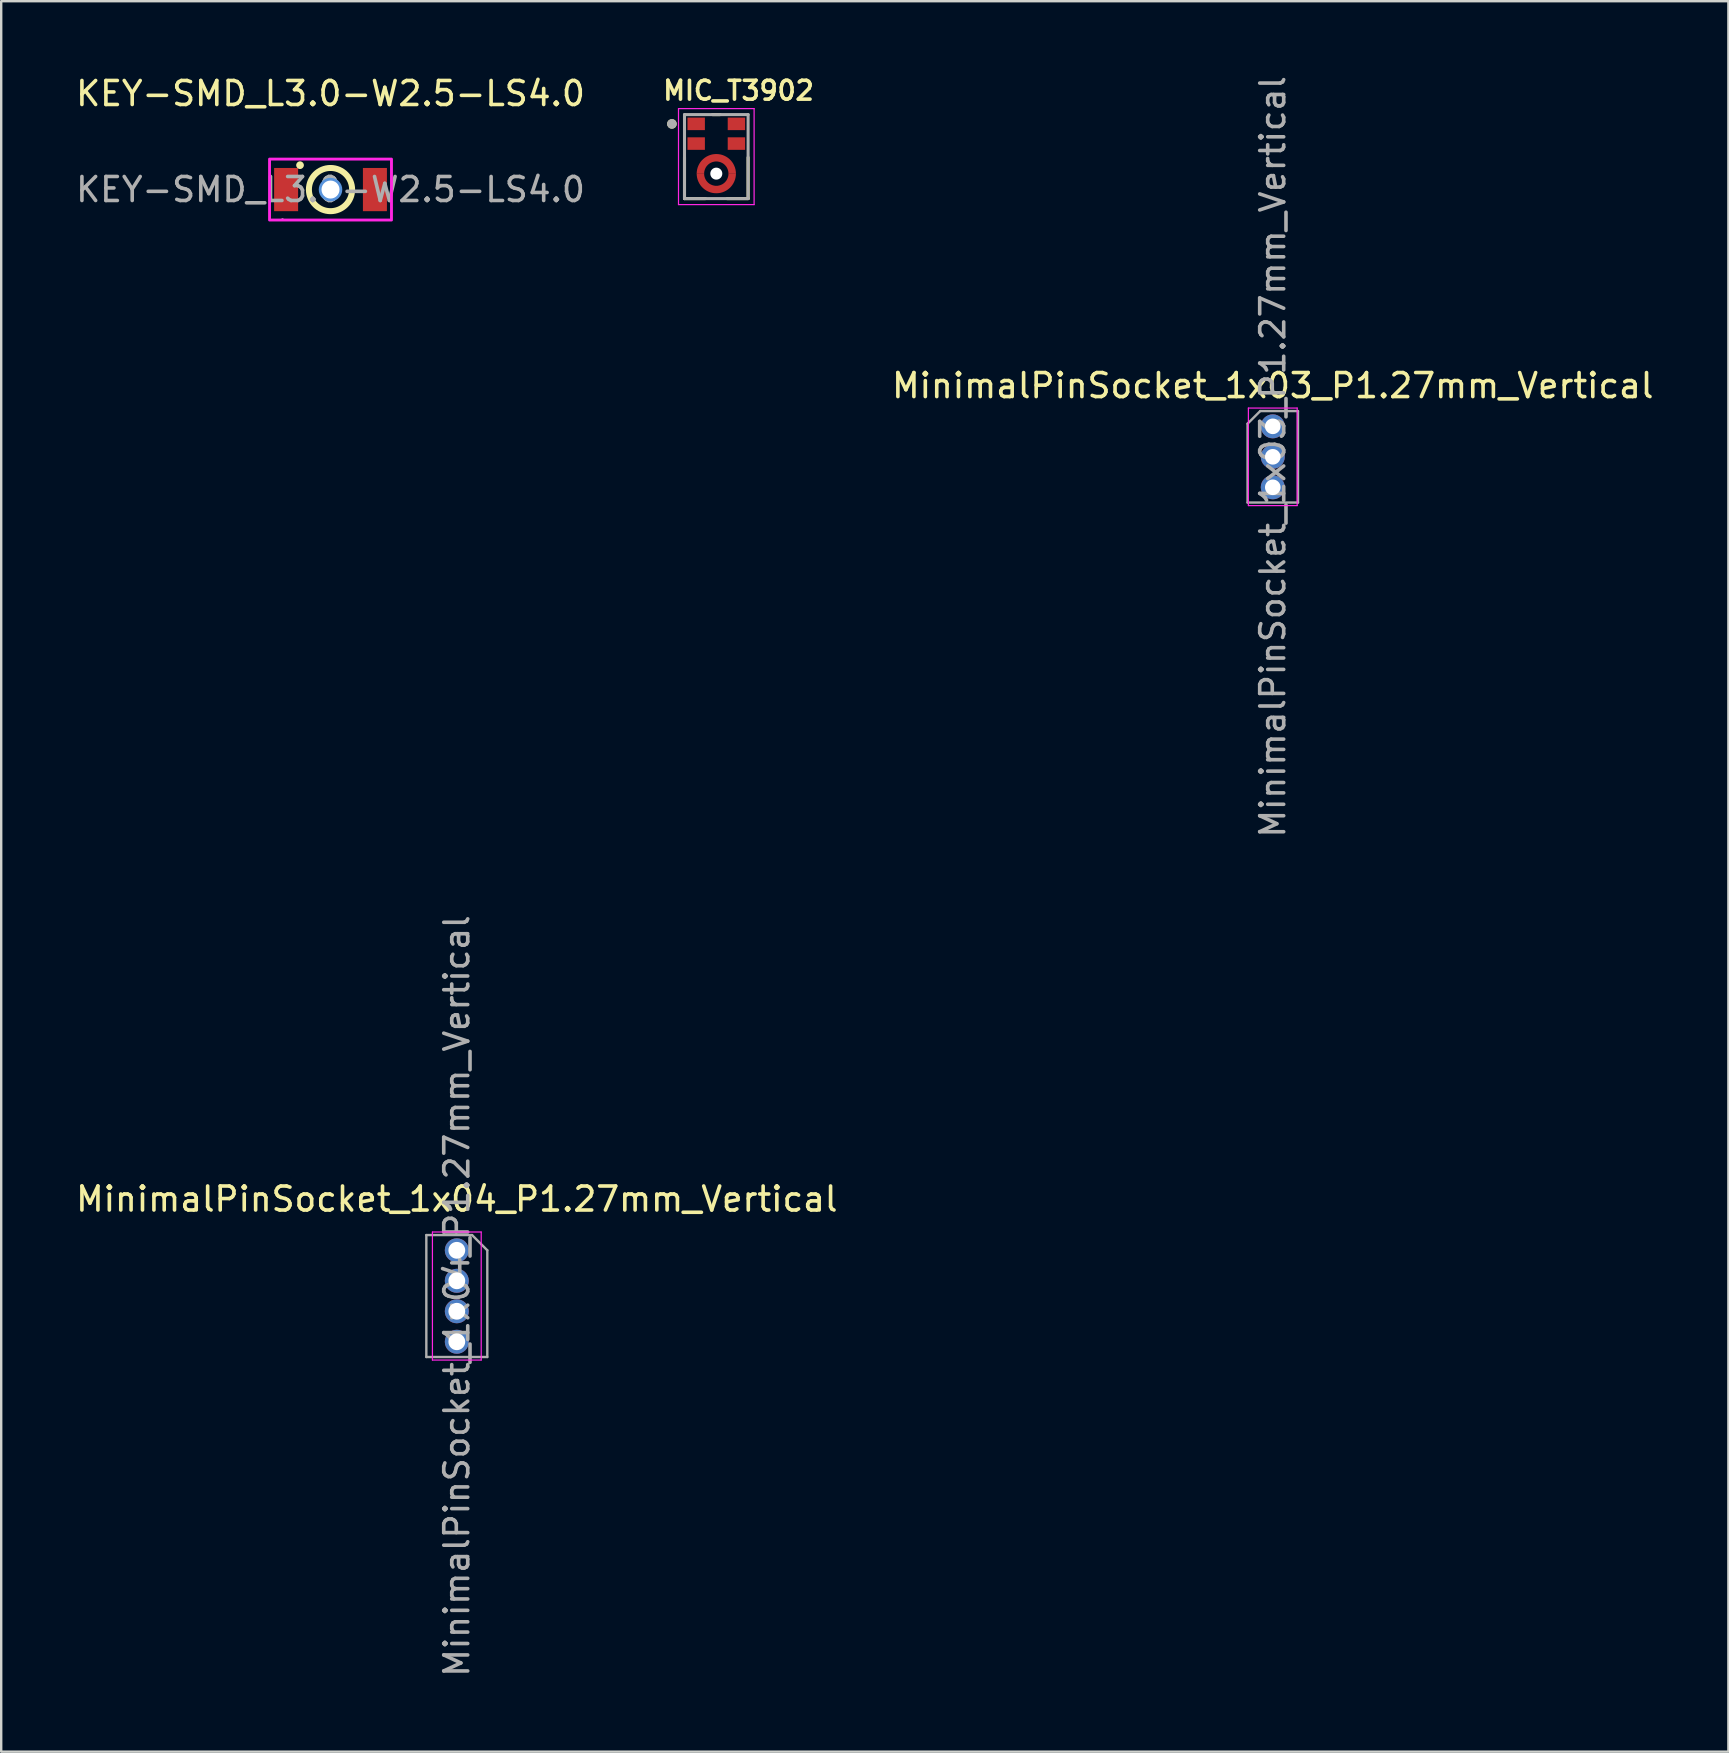
<source format=kicad_pcb>
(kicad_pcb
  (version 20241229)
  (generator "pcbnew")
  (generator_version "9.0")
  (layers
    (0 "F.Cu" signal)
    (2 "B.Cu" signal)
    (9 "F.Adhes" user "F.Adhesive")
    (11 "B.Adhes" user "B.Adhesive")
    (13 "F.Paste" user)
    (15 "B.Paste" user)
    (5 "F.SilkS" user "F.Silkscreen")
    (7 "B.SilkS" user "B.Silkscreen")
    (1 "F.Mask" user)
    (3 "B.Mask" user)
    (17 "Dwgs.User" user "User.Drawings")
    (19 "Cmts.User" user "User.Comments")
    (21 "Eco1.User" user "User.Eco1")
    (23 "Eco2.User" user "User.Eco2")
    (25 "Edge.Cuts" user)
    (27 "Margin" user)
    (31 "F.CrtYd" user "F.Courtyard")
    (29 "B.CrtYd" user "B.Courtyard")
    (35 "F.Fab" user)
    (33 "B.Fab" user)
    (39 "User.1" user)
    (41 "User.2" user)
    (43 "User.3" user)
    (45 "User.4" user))
  (footprint "MinimalPinSocket_1x04_P1.27mm_Vertical"
    (layer "F.Cu")
    (at 15.982 49.041)
    (property "Reference" "MinimalPinSocket_1x04_P1.27mm_Vertical" (at 0 -2.135 0) (layer "F.SilkS") (effects (font (size 1 1) (thickness 0.15))))
    (attr through_hole)
    (fp_line (start -1.016 -0.762) (end -1.016 4.572) (stroke (width 0.05) (type solid)) (layer "F.CrtYd"))
    (fp_line (start -1.016 4.572) (end 1.016 4.572) (stroke (width 0.05) (type solid)) (layer "F.CrtYd"))
    (fp_line (start 1.016 -0.762) (end -1.016 -0.762) (stroke (width 0.05) (type solid)) (layer "F.CrtYd"))
    (fp_line (start 1.016 -0.762) (end 1.016 4.572) (stroke (width 0.05) (type solid)) (layer "F.CrtYd"))
    (fp_line (start -1.27 -0.635) (end 0.635 -0.635) (stroke (width 0.1) (type solid)) (layer "F.Fab"))
    (fp_line (start -1.27 4.445) (end -1.27 -0.635) (stroke (width 0.1) (type solid)) (layer "F.Fab"))
    (fp_line (start 0.635 -0.635) (end 1.27 0) (stroke (width 0.1) (type solid)) (layer "F.Fab"))
    (fp_line (start 1.27 0) (end 1.27 4.445) (stroke (width 0.1) (type solid)) (layer "F.Fab"))
    (fp_line (start 1.27 4.445) (end -1.27 4.445) (stroke (width 0.1) (type solid)) (layer "F.Fab"))
    (fp_text user "${REFERENCE}" (at 0 1.905 90) (layer "F.Fab") (effects (font (size 1 1) (thickness 0.15))))
    (pad "1" thru_hole circle (at 0 0) (size 1 1) (drill 0.7) (layers "*.Cu" "*.Mask"))
    (pad "2" thru_hole oval (at 0 1.27) (size 1 1) (drill 0.7) (layers "*.Cu" "*.Mask"))
    (pad "3" thru_hole oval (at 0 2.54) (size 1 1) (drill 0.7) (layers "*.Cu" "*.Mask"))
    (pad "4" thru_hole oval (at 0 3.81) (size 1 1) (drill 0.7) (layers "*.Cu" "*.Mask")))
  (footprint "MIC_T3902"
    (layer "F.Cu")
    (at 26.793 3.474)
    (property "Reference" "MIC_T3902" (at 0.925 -2.75 0) (layer "F.SilkS") (effects (font (size 0.787 0.787) (thickness 0.15))))
    (attr smd)
    (fp_circle (center 0 0.71) (end 0.431 0.71) (stroke (width 0.863) (type solid)) (fill no) (layer "F.Mask"))
    (fp_poly (pts (xy -1.25 -1.675) (xy -0.425 -1.675) (xy -0.425 -1.053) (xy -1.25 -1.053)) (stroke (width 0.01) (type solid)) (fill yes) (layer "F.Mask"))
    (fp_poly (pts (xy -1.25 -0.853) (xy -0.425 -0.853) (xy -0.425 -0.231) (xy -1.25 -0.231)) (stroke (width 0.01) (type solid)) (fill yes) (layer "F.Mask"))
    (fp_poly (pts (xy 0.425 -1.675) (xy 1.25 -1.675) (xy 1.25 -1.053) (xy 0.425 -1.053)) (stroke (width 0.01) (type solid)) (fill yes) (layer "F.Mask"))
    (fp_poly (pts (xy 0.425 -0.853) (xy 1.25 -0.853) (xy 1.25 -0.231) (xy 0.425 -0.231)) (stroke (width 0.01) (type solid)) (fill yes) (layer "F.Mask"))
    (fp_line (start -1.325 0.035) (end -1.325 1.75) (stroke (width 0.127) (type solid)) (layer "F.SilkS"))
    (fp_line (start -0.45 1.75) (end -1.325 1.75) (stroke (width 0.127) (type solid)) (layer "F.SilkS"))
    (fp_line (start -0.16 -1.75) (end 0.16 -1.75) (stroke (width 0.127) (type solid)) (layer "F.SilkS"))
    (fp_line (start 1.325 0.035) (end 1.325 1.75) (stroke (width 0.127) (type solid)) (layer "F.SilkS"))
    (fp_line (start 1.325 1.75) (end 0.45 1.75) (stroke (width 0.127) (type solid)) (layer "F.SilkS"))
    (fp_circle (center -1.85 -1.362) (end -1.75 -1.362) (stroke (width 0.2) (type solid)) (fill no) (layer "F.SilkS"))
    (fp_poly (pts (xy -1.15 -1.575) (xy -0.525 -1.575) (xy -0.525 -1.153) (xy -1.15 -1.153)) (stroke (width 0.01) (type solid)) (fill yes) (layer "F.Paste"))
    (fp_poly (pts (xy -1.15 -0.753) (xy -0.525 -0.753) (xy -0.525 -0.331) (xy -1.15 -0.331)) (stroke (width 0.01) (type solid)) (fill yes) (layer "F.Paste"))
    (fp_poly (pts (xy 0.525 -1.575) (xy 1.15 -1.575) (xy 1.15 -1.153) (xy 0.525 -1.153)) (stroke (width 0.01) (type solid)) (fill yes) (layer "F.Paste"))
    (fp_poly (pts (xy 0.525 -0.753) (xy 1.15 -0.753) (xy 1.15 -0.331) (xy 0.525 -0.331)) (stroke (width 0.01) (type solid)) (fill yes) (layer "F.Paste"))
    (fp_poly (pts (xy -0.56 0.76) (xy -0.811 0.76) (xy -0.807 0.805) (xy -0.801 0.844) (xy -0.794 0.882) (xy -0.785 0.919) (xy -0.774 0.957) (xy -0.762 0.993) (xy -0.747 1.029) (xy -0.731 1.064) (xy -0.713 1.099) (xy -0.694 1.133) (xy -0.673 1.165) (xy -0.651 1.197) (xy -0.627 1.227) (xy -0.601 1.256) (xy -0.575 1.285) (xy -0.546 1.311) (xy -0.517 1.337) (xy -0.487 1.361) (xy -0.455 1.383) (xy -0.423 1.404) (xy -0.389 1.423) (xy -0.354 1.441) (xy -0.319 1.457) (xy -0.283 1.472) (xy -0.247 1.484) (xy -0.209 1.495) (xy -0.172 1.504) (xy -0.134 1.511) (xy -0.095 1.517) (xy -0.05 1.521) (xy -0.05 1.27) (xy -0.075 1.267) (xy -0.101 1.263) (xy -0.127 1.258) (xy -0.152 1.252) (xy -0.177 1.244) (xy -0.202 1.235) (xy -0.226 1.225) (xy -0.25 1.214) (xy -0.273 1.202) (xy -0.295 1.189) (xy -0.317 1.174) (xy -0.339 1.159) (xy -0.359 1.143) (xy -0.379 1.126) (xy -0.398 1.108) (xy -0.416 1.089) (xy -0.433 1.069) (xy -0.449 1.049) (xy -0.464 1.027) (xy -0.479 1.005) (xy -0.492 0.983) (xy -0.504 0.96) (xy -0.515 0.936) (xy -0.525 0.912) (xy -0.534 0.887) (xy -0.542 0.862) (xy -0.548 0.837) (xy -0.553 0.811) (xy -0.557 0.785) (xy -0.56 0.76) (xy -0.56 0.76)) (stroke (width 0.01) (type solid)) (fill yes) (layer "F.Paste"))
    (fp_poly (pts (xy -0.05 0.15) (xy -0.05 -0.101) (xy -0.095 -0.097) (xy -0.134 -0.091) (xy -0.172 -0.084) (xy -0.209 -0.075) (xy -0.247 -0.064) (xy -0.283 -0.052) (xy -0.319 -0.037) (xy -0.354 -0.021) (xy -0.389 -0.003) (xy -0.423 0.016) (xy -0.455 0.037) (xy -0.487 0.059) (xy -0.517 0.083) (xy -0.546 0.109) (xy -0.575 0.135) (xy -0.601 0.164) (xy -0.627 0.193) (xy -0.651 0.223) (xy -0.673 0.255) (xy -0.694 0.287) (xy -0.713 0.321) (xy -0.731 0.356) (xy -0.747 0.391) (xy -0.762 0.427) (xy -0.774 0.463) (xy -0.785 0.501) (xy -0.794 0.538) (xy -0.801 0.576) (xy -0.807 0.615) (xy -0.811 0.66) (xy -0.56 0.66) (xy -0.557 0.635) (xy -0.553 0.609) (xy -0.548 0.583) (xy -0.542 0.558) (xy -0.534 0.533) (xy -0.525 0.508) (xy -0.515 0.484) (xy -0.504 0.46) (xy -0.492 0.437) (xy -0.479 0.415) (xy -0.464 0.393) (xy -0.449 0.371) (xy -0.433 0.351) (xy -0.416 0.331) (xy -0.398 0.312) (xy -0.379 0.294) (xy -0.359 0.277) (xy -0.339 0.261) (xy -0.317 0.246) (xy -0.295 0.231) (xy -0.273 0.218) (xy -0.25 0.206) (xy -0.226 0.195) (xy -0.202 0.185) (xy -0.177 0.176) (xy -0.152 0.168) (xy -0.127 0.162) (xy -0.101 0.157) (xy -0.075 0.153) (xy -0.05 0.15) (xy -0.05 0.15)) (stroke (width 0.01) (type solid)) (fill yes) (layer "F.Paste"))
    (fp_poly (pts (xy 0.05 -0.101) (xy 0.05 0.15) (xy 0.075 0.153) (xy 0.101 0.157) (xy 0.127 0.162) (xy 0.152 0.168) (xy 0.177 0.176) (xy 0.202 0.185) (xy 0.226 0.195) (xy 0.25 0.206) (xy 0.273 0.218) (xy 0.295 0.231) (xy 0.317 0.246) (xy 0.339 0.261) (xy 0.359 0.277) (xy 0.379 0.294) (xy 0.398 0.312) (xy 0.416 0.331) (xy 0.433 0.351) (xy 0.449 0.371) (xy 0.464 0.393) (xy 0.479 0.415) (xy 0.492 0.437) (xy 0.504 0.46) (xy 0.515 0.484) (xy 0.525 0.508) (xy 0.534 0.533) (xy 0.542 0.558) (xy 0.548 0.583) (xy 0.553 0.609) (xy 0.557 0.635) (xy 0.56 0.66) (xy 0.811 0.66) (xy 0.807 0.615) (xy 0.801 0.576) (xy 0.794 0.538) (xy 0.785 0.501) (xy 0.774 0.463) (xy 0.762 0.427) (xy 0.747 0.391) (xy 0.731 0.356) (xy 0.713 0.321) (xy 0.694 0.287) (xy 0.673 0.255) (xy 0.651 0.223) (xy 0.627 0.193) (xy 0.601 0.164) (xy 0.575 0.135) (xy 0.546 0.109) (xy 0.517 0.083) (xy 0.487 0.059) (xy 0.455 0.037) (xy 0.423 0.016) (xy 0.389 -0.003) (xy 0.354 -0.021) (xy 0.319 -0.037) (xy 0.283 -0.052) (xy 0.247 -0.064) (xy 0.209 -0.075) (xy 0.172 -0.084) (xy 0.134 -0.091) (xy 0.095 -0.097) (xy 0.05 -0.101) (xy 0.05 -0.101)) (stroke (width 0.01) (type solid)) (fill yes) (layer "F.Paste"))
    (fp_poly (pts (xy 0.811 0.76) (xy 0.56 0.76) (xy 0.557 0.785) (xy 0.553 0.811) (xy 0.548 0.837) (xy 0.542 0.862) (xy 0.534 0.887) (xy 0.525 0.912) (xy 0.515 0.936) (xy 0.504 0.96) (xy 0.492 0.983) (xy 0.479 1.005) (xy 0.464 1.027) (xy 0.449 1.049) (xy 0.433 1.069) (xy 0.416 1.089) (xy 0.398 1.108) (xy 0.379 1.126) (xy 0.359 1.143) (xy 0.339 1.159) (xy 0.317 1.174) (xy 0.295 1.189) (xy 0.273 1.202) (xy 0.25 1.214) (xy 0.226 1.225) (xy 0.202 1.235) (xy 0.177 1.244) (xy 0.152 1.252) (xy 0.127 1.258) (xy 0.101 1.263) (xy 0.075 1.267) (xy 0.05 1.27) (xy 0.05 1.521) (xy 0.095 1.517) (xy 0.134 1.511) (xy 0.172 1.504) (xy 0.209 1.495) (xy 0.247 1.484) (xy 0.283 1.472) (xy 0.319 1.457) (xy 0.354 1.441) (xy 0.389 1.423) (xy 0.423 1.404) (xy 0.455 1.383) (xy 0.487 1.361) (xy 0.517 1.337) (xy 0.546 1.311) (xy 0.575 1.285) (xy 0.601 1.256) (xy 0.627 1.227) (xy 0.651 1.197) (xy 0.673 1.165) (xy 0.694 1.133) (xy 0.713 1.099) (xy 0.731 1.064) (xy 0.747 1.029) (xy 0.762 0.993) (xy 0.774 0.957) (xy 0.785 0.919) (xy 0.794 0.882) (xy 0.801 0.844) (xy 0.807 0.805) (xy 0.811 0.76) (xy 0.811 0.76)) (stroke (width 0.01) (type solid)) (fill yes) (layer "F.Paste"))
    (fp_line (start -1.575 -2) (end 1.575 -2) (stroke (width 0.05) (type solid)) (layer "F.CrtYd"))
    (fp_line (start -1.575 2) (end -1.575 -2) (stroke (width 0.05) (type solid)) (layer "F.CrtYd"))
    (fp_line (start 1.575 -2) (end 1.575 2) (stroke (width 0.05) (type solid)) (layer "F.CrtYd"))
    (fp_line (start 1.575 2) (end -1.575 2) (stroke (width 0.05) (type solid)) (layer "F.CrtYd"))
    (fp_line (start -1.325 -1.75) (end 1.325 -1.75) (stroke (width 0.127) (type solid)) (layer "F.Fab"))
    (fp_line (start -1.325 1.75) (end -1.325 -1.75) (stroke (width 0.127) (type solid)) (layer "F.Fab"))
    (fp_line (start 1.325 -1.75) (end 1.325 1.75) (stroke (width 0.127) (type solid)) (layer "F.Fab"))
    (fp_line (start 1.325 1.75) (end -1.325 1.75) (stroke (width 0.127) (type solid)) (layer "F.Fab"))
    (fp_circle (center -1.85 -1.362) (end -1.75 -1.362) (stroke (width 0.2) (type solid)) (fill no) (layer "F.Fab"))
    (pad "" np_thru_hole circle (at 0 0.71) (size 0.5 0.5) (drill 0.5) (layers "*.Cu" "*.Mask"))
    (pad "1" smd rect (at -0.838 -1.364) (size 0.725 0.522) (layers "F.Cu"))
    (pad "2" smd rect (at -0.838 -0.542) (size 0.725 0.522) (layers "F.Cu"))
    (pad "3" smd custom (at 0 0.048) (size 0.25 0.25) (layers "F.Cu") (options (anchor rect)) (primitives (gr_poly (pts (xy -0.512 0.662) (xy -0.813 0.662) (xy -0.808 0.578) (xy -0.795 0.493) (xy -0.773 0.411) (xy -0.742 0.333) (xy -0.704 0.257) (xy -0.657 0.184) (xy -0.604 0.118) (xy -0.544 0.059) (xy -0.478 0.005) (xy -0.406 -0.042) (xy -0.33 -0.08) (xy -0.251 -0.111) (xy -0.169 -0.133) (xy -0.085 -0.145) (xy 0 -0.15) (xy 0.085 -0.145) (xy 0.169 -0.133) (xy 0.251 -0.111) (xy 0.33 -0.08) (xy 0.406 -0.042) (xy 0.478 0.005) (xy 0.544 0.059) (xy 0.604 0.118) (xy 0.657 0.184) (xy 0.704 0.257) (xy 0.742 0.333) (xy 0.773 0.411) (xy 0.795 0.493) (xy 0.808 0.578) (xy 0.813 0.662) (xy 0.512 0.662) (xy 0.51 0.609) (xy 0.501 0.555) (xy 0.487 0.504) (xy 0.468 0.455) (xy 0.444 0.406) (xy 0.415 0.361) (xy 0.381 0.32) (xy 0.343 0.281) (xy 0.301 0.247) (xy 0.256 0.218) (xy 0.208 0.195) (xy 0.158 0.175) (xy 0.107 0.162) (xy 0.054 0.152) (xy 0 0.15) (xy -0.054 0.152) (xy -0.107 0.162) (xy -0.158 0.175) (xy -0.208 0.195) (xy -0.256 0.218) (xy -0.301 0.247) (xy -0.343 0.281) (xy -0.381 0.32) (xy -0.415 0.361) (xy -0.444 0.406) (xy -0.468 0.455) (xy -0.487 0.504) (xy -0.501 0.555) (xy -0.51 0.609) (xy -0.512 0.662) (xy -0.512 0.662)) (width 0.01) (fill yes))))
    (pad "3" smd custom (at 0 1.373) (size 0.25 0.25) (layers "F.Cu") (options (anchor rect)) (primitives (gr_poly (pts (xy 0.512 -0.662) (xy 0.813 -0.662) (xy 0.808 -0.578) (xy 0.795 -0.493) (xy 0.773 -0.411) (xy 0.742 -0.333) (xy 0.704 -0.257) (xy 0.657 -0.184) (xy 0.604 -0.118) (xy 0.544 -0.059) (xy 0.478 -0.005) (xy 0.406 0.042) (xy 0.33 0.08) (xy 0.251 0.111) (xy 0.169 0.133) (xy 0.085 0.145) (xy 0 0.149) (xy -0.085 0.145) (xy -0.169 0.133) (xy -0.251 0.111) (xy -0.33 0.08) (xy -0.406 0.042) (xy -0.478 -0.005) (xy -0.544 -0.059) (xy -0.604 -0.118) (xy -0.657 -0.184) (xy -0.704 -0.257) (xy -0.742 -0.333) (xy -0.773 -0.411) (xy -0.795 -0.493) (xy -0.808 -0.578) (xy -0.813 -0.662) (xy -0.512 -0.662) (xy -0.51 -0.609) (xy -0.501 -0.555) (xy -0.487 -0.504) (xy -0.468 -0.455) (xy -0.444 -0.406) (xy -0.415 -0.361) (xy -0.381 -0.32) (xy -0.343 -0.281) (xy -0.301 -0.247) (xy -0.256 -0.218) (xy -0.208 -0.195) (xy -0.158 -0.175) (xy -0.107 -0.162) (xy -0.054 -0.152) (xy 0 -0.15) (xy 0.054 -0.152) (xy 0.107 -0.162) (xy 0.158 -0.175) (xy 0.208 -0.195) (xy 0.256 -0.218) (xy 0.301 -0.247) (xy 0.343 -0.281) (xy 0.381 -0.32) (xy 0.415 -0.361) (xy 0.444 -0.406) (xy 0.468 -0.455) (xy 0.487 -0.504) (xy 0.501 -0.555) (xy 0.51 -0.609) (xy 0.512 -0.662) (xy 0.512 -0.662)) (width 0.01) (fill yes))))
    (pad "4" smd rect (at 0.838 -0.542) (size 0.725 0.522) (layers "F.Cu"))
    (pad "5" smd rect (at 0.838 -1.364) (size 0.725 0.522) (layers "F.Cu")))
  (footprint "KEY-SMD_L3.0-W2.5-LS4.0"
    (layer "F.Cu")
    (at 10.72 4.848)
    (property "Reference" "KEY-SMD_L3.0-W2.5-LS4.0" (at 0 -4 0) (layer "F.SilkS") (effects (font (size 1 1) (thickness 0.15))))
    (attr smd)
    (fp_circle (center -1.27 -1.016) (end -1.17 -1.016) (stroke (width 0.12) (type solid)) (fill yes) (layer "F.SilkS"))
    (fp_circle (center 0 0) (end 0.9 0) (stroke (width 0.25) (type solid)) (fill no) (layer "F.SilkS"))
    (fp_circle (center 0 0) (end 0.16 0) (stroke (width 0.33) (type solid)) (fill no) (layer "Cmts.User"))
    (fp_rect (start -2.54 -1.27) (end 2.54 1.27) (stroke (width 0.12) (type default)) (fill no) (layer "F.CrtYd"))
    (fp_circle (center -2 1.25) (end -1.97 1.25) (stroke (width 0.06) (type solid)) (fill no) (layer "F.Fab"))
    (fp_text user "${REFERENCE}" (at 0 0 0) (layer "F.Fab") (effects (font (size 1 1) (thickness 0.15))))
    (pad "" np_thru_hole circle (at 0 0) (size 0.75 0.75) (drill 0.75) (layers "*.Cu" "*.Mask"))
    (pad "1" smd rect (at -1.85 0 90) (size 1.8 1) (layers "F.Cu" "F.Mask" "F.Paste"))
    (pad "2" smd rect (at 1.85 0 90) (size 1.8 1) (layers "F.Cu" "F.Mask" "F.Paste")))
  (footprint "MinimalPinSocket_1x03_P1.27mm_Vertical"
    (layer "F.Cu")
    (at 49.977 14.712)
    (property "Reference" "MinimalPinSocket_1x03_P1.27mm_Vertical" (at 0 -1.695 0) (layer "F.SilkS") (effects (font (size 1 1) (thickness 0.15))))
    (attr through_hole)
    (fp_line (start -1.016 -0.762) (end -1.016 3.302) (stroke (width 0.05) (type solid)) (layer "F.CrtYd"))
    (fp_line (start -1.016 -0.762) (end 1.016 -0.762) (stroke (width 0.05) (type solid)) (layer "F.CrtYd"))
    (fp_line (start 1.016 -0.762) (end 1.016 3.302) (stroke (width 0.05) (type solid)) (layer "F.CrtYd"))
    (fp_line (start 1.016 3.302) (end -1.016 3.302) (stroke (width 0.05) (type solid)) (layer "F.CrtYd"))
    (fp_line (start -1.05 -0.11) (end -0.525 -0.635) (stroke (width 0.1) (type solid)) (layer "F.Fab"))
    (fp_line (start -1.05 3.175) (end -1.05 -0.11) (stroke (width 0.1) (type solid)) (layer "F.Fab"))
    (fp_line (start -0.525 -0.635) (end 1.05 -0.635) (stroke (width 0.1) (type solid)) (layer "F.Fab"))
    (fp_line (start 1.05 -0.635) (end 1.05 3.175) (stroke (width 0.1) (type solid)) (layer "F.Fab"))
    (fp_line (start 1.05 3.175) (end -1.05 3.175) (stroke (width 0.1) (type solid)) (layer "F.Fab"))
    (fp_text user "${REFERENCE}" (at 0 1.27 90) (layer "F.Fab") (effects (font (size 1 1) (thickness 0.15))))
    (pad "1" thru_hole circle (at 0 0) (size 1 1) (drill 0.65) (layers "*.Cu" "*.Mask"))
    (pad "2" thru_hole oval (at 0 1.27) (size 1 1) (drill 0.65) (layers "*.Cu" "*.Mask"))
    (pad "3" thru_hole oval (at 0 2.54) (size 1 1) (drill 0.65) (layers "*.Cu" "*.Mask")))
  (gr_rect
    (start -3 -3)
    (end 68.959 69.929)
    (stroke (width 0.1) (type default))
    (fill no)
    (layer "Edge.Cuts")))
</source>
